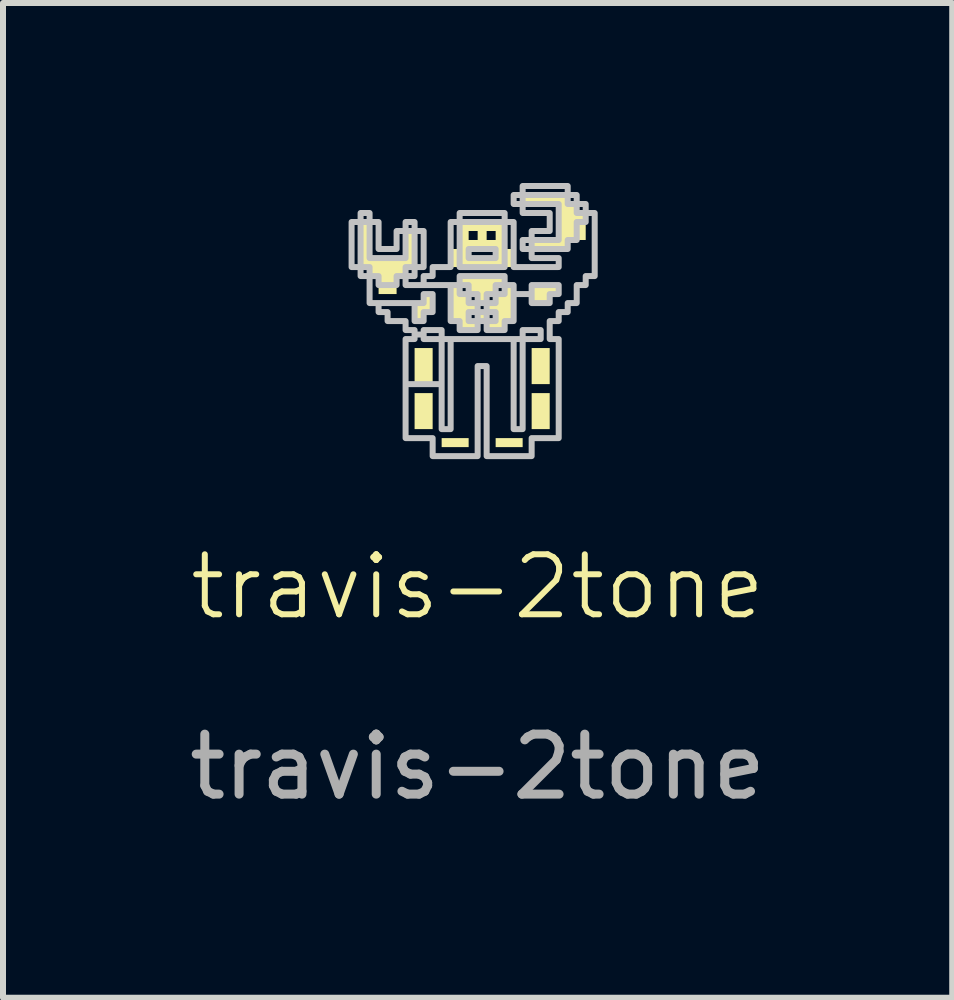
<source format=kicad_pcb>
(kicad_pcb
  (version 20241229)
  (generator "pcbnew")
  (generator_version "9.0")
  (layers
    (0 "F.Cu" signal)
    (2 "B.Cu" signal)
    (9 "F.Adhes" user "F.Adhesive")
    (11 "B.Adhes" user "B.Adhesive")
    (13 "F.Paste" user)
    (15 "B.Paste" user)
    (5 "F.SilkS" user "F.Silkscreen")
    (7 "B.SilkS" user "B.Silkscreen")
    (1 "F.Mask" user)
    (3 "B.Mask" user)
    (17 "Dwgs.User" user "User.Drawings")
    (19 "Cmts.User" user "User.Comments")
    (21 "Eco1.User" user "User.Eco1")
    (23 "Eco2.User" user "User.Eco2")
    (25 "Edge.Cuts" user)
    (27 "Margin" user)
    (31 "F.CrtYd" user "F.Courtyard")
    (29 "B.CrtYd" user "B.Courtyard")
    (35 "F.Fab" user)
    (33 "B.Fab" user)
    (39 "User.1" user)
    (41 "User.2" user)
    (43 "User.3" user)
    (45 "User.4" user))
  (footprint "travis-2tone"
    (layer "F.Cu")
    (at 4.911 7.231)
    (property "Reference" "travis-2tone" (at 0 -0.5 0) (unlocked yes) (layer "F.SilkS") (effects (font (size 1 1) (thickness 0.1))))
    (fp_poly (pts (xy 0 -6.356) (xy 0 -6.281) (xy -0.075 -6.281) (xy -0.15 -6.281) (xy -0.15 -6.356) (xy -0.15 -6.431) (xy -0.075 -6.431) (xy 0 -6.431)) (stroke (width 0) (type solid)) (fill yes) (layer "F.Mask"))
    (fp_poly (pts (xy 0.3 -6.356) (xy 0.3 -6.281) (xy 0.225 -6.281) (xy 0.15 -6.281) (xy 0.15 -6.356) (xy 0.15 -6.431) (xy 0.225 -6.431) (xy 0.3 -6.431)) (stroke (width 0) (type solid)) (fill yes) (layer "F.Mask"))
    (fp_poly (pts (xy -0.75 -4.18) (xy -0.75 -3.879) (xy -0.9 -3.879) (xy -1.051 -3.879) (xy -1.051 -4.18) (xy -1.051 -4.48) (xy -0.9 -4.48) (xy -0.75 -4.48)) (stroke (width 0) (type solid)) (fill yes) (layer "F.SilkS"))
    (fp_poly (pts (xy -0.75 -3.429) (xy -0.75 -3.129) (xy -0.9 -3.129) (xy -1.051 -3.129) (xy -1.051 -3.429) (xy -1.051 -3.729) (xy -0.9 -3.729) (xy -0.75 -3.729)) (stroke (width 0) (type solid)) (fill yes) (layer "F.SilkS"))
    (fp_poly (pts (xy -0.15 -2.904) (xy -0.15 -2.829) (xy -0.375 -2.829) (xy -0.6 -2.829) (xy -0.6 -2.904) (xy -0.6 -2.979) (xy -0.375 -2.979) (xy -0.15 -2.979)) (stroke (width 0) (type solid)) (fill yes) (layer "F.SilkS"))
    (fp_poly (pts (xy 0.75 -2.904) (xy 0.75 -2.829) (xy 0.525 -2.829) (xy 0.3 -2.829) (xy 0.3 -2.904) (xy 0.3 -2.979) (xy 0.525 -2.979) (xy 0.75 -2.979)) (stroke (width 0) (type solid)) (fill yes) (layer "F.SilkS"))
    (fp_poly (pts (xy 1.201 -4.18) (xy 1.201 -3.879) (xy 1.051 -3.879) (xy 0.9 -3.879) (xy 0.9 -4.18) (xy 0.9 -4.48) (xy 1.051 -4.48) (xy 1.201 -4.48)) (stroke (width 0) (type solid)) (fill yes) (layer "F.SilkS"))
    (fp_poly (pts (xy 1.201 -3.429) (xy 1.201 -3.129) (xy 1.051 -3.129) (xy 0.9 -3.129) (xy 0.9 -3.429) (xy 0.9 -3.729) (xy 1.051 -3.729) (xy 1.201 -3.729)) (stroke (width 0) (type solid)) (fill yes) (layer "F.SilkS"))
    (fp_poly (pts (xy 1.351 -5.455) (xy 1.351 -5.38) (xy 1.276 -5.38) (xy 1.201 -5.38) (xy 1.201 -5.305) (xy 1.201 -5.23) (xy 1.051 -5.23) (xy 0.9 -5.23) (xy 0.9 -5.38) (xy 0.9 -5.53) (xy 1.126 -5.53) (xy 1.351 -5.53)) (stroke (width 0) (type solid)) (fill yes) (layer "F.SilkS"))
    (fp_poly (pts (xy -0.75 -5.23) (xy -0.75 -5.08) (xy -0.825 -5.08) (xy -0.9 -5.08) (xy -0.9 -5.005) (xy -0.9 -4.93) (xy -0.975 -4.93) (xy -1.051 -4.93) (xy -1.051 -5.08) (xy -1.051 -5.23) (xy -0.975 -5.23) (xy -0.9 -5.23) (xy -0.9 -5.305) (xy -0.9 -5.38) (xy -0.825 -5.38) (xy -0.75 -5.38)) (stroke (width 0) (type solid)) (fill yes) (layer "F.SilkS"))
    (fp_poly (pts (xy 1.501 -6.956) (xy 1.501 -6.881) (xy 1.576 -6.881) (xy 1.651 -6.881) (xy 1.651 -6.806) (xy 1.651 -6.731) (xy 1.726 -6.731) (xy 1.801 -6.731) (xy 1.801 -6.506) (xy 1.801 -6.281) (xy 1.651 -6.281) (xy 1.501 -6.281) (xy 1.501 -6.206) (xy 1.501 -6.131) (xy 1.201 -6.131) (xy 0.9 -6.131) (xy 0.9 -6.206) (xy 0.9 -6.281) (xy 1.126 -6.281) (xy 1.351 -6.281) (xy 1.351 -6.581) (xy 1.351 -6.881) (xy 1.051 -6.881) (xy 0.75 -6.881) (xy 0.75 -6.956) (xy 0.75 -7.031) (xy 1.126 -7.031) (xy 1.501 -7.031)) (stroke (width 0) (type solid)) (fill yes) (layer "F.SilkS"))
    (fp_poly (pts (xy -1.801 -6.281) (xy -1.801 -5.98) (xy -1.501 -5.98) (xy -1.201 -5.98) (xy -1.201 -6.206) (xy -1.201 -6.431) (xy -1.126 -6.431) (xy -1.051 -6.431) (xy -1.051 -6.131) (xy -1.051 -5.83) (xy -1.126 -5.83) (xy -1.201 -5.83) (xy -1.201 -5.755) (xy -1.201 -5.68) (xy -1.276 -5.68) (xy -1.351 -5.68) (xy -1.351 -5.53) (xy -1.351 -5.38) (xy -1.501 -5.38) (xy -1.651 -5.38) (xy -1.651 -5.53) (xy -1.651 -5.68) (xy -1.726 -5.68) (xy -1.801 -5.68) (xy -1.801 -5.755) (xy -1.801 -5.83) (xy -1.876 -5.83) (xy -1.951 -5.83) (xy -1.951 -6.206) (xy -1.951 -6.581) (xy -1.876 -6.581) (xy -1.801 -6.581)) (stroke (width 0) (type solid)) (fill yes) (layer "F.SilkS"))
    (fp_poly (pts (xy 0.45 -6.356) (xy 0.45 -6.131) (xy 0.525 -6.131) (xy 0.6 -6.131) (xy 0.6 -5.98) (xy 0.6 -5.83) (xy 0.075 -5.83) (xy -0.45 -5.83) (xy -0.45 -5.98) (xy -0.45 -6.131) (xy -0.375 -6.131) (xy -0.3 -6.131) (xy -0.15 -6.131) (xy -0.15 -6.055) (xy -0.15 -5.98) (xy 0.075 -5.98) (xy 0.3 -5.98) (xy 0.3 -6.055) (xy 0.3 -6.131) (xy 0.075 -6.131) (xy -0.15 -6.131) (xy -0.3 -6.131) (xy -0.3 -6.356) (xy -0.3 -6.431) (xy -0.15 -6.431) (xy -0.15 -6.356) (xy -0.15 -6.281) (xy -0.075 -6.281) (xy 0 -6.281) (xy 0 -6.356) (xy 0 -6.431) (xy 0.15 -6.431) (xy 0.15 -6.356) (xy 0.15 -6.281) (xy 0.225 -6.281) (xy 0.3 -6.281) (xy 0.3 -6.356) (xy 0.3 -6.431) (xy 0.225 -6.431) (xy 0.15 -6.431) (xy 0 -6.431) (xy -0.075 -6.431) (xy -0.15 -6.431) (xy -0.3 -6.431) (xy -0.3 -6.581) (xy 0.075 -6.581) (xy 0.45 -6.581)) (stroke (width 0) (type solid)) (fill yes) (layer "F.SilkS"))
    (fp_poly (pts (xy 0.45 -5.605) (xy 0.45 -5.53) (xy 0.375 -5.53) (xy 0.3 -5.53) (xy 0.3 -5.455) (xy 0.3 -5.38) (xy 0.225 -5.38) (xy 0.15 -5.38) (xy 0.15 -5.305) (xy 0.15 -5.23) (xy 0.075 -5.23) (xy 0 -5.23) (xy 0 -5.305) (xy 0 -5.38) (xy -0.075 -5.38) (xy -0.15 -5.38) (xy -0.15 -5.305) (xy -0.15 -5.23) (xy -0.075 -5.23) (xy 0 -5.23) (xy 0 -5.155) (xy 0 -5.08) (xy -0.075 -5.08) (xy -0.15 -5.08) (xy -0.15 -5.005) (xy -0.15 -4.93) (xy -0.075 -4.93) (xy 0 -4.93) (xy 0 -5.005) (xy 0 -5.08) (xy 0.075 -5.08) (xy 0.15 -5.08) (xy 0.15 -5.005) (xy 0.15 -4.93) (xy 0.225 -4.93) (xy 0.3 -4.93) (xy 0.3 -5.005) (xy 0.3 -5.08) (xy 0.225 -5.08) (xy 0.15 -5.08) (xy 0.15 -5.155) (xy 0.15 -5.23) (xy 0.225 -5.23) (xy 0.3 -5.23) (xy 0.3 -5.305) (xy 0.3 -5.38) (xy 0.375 -5.38) (xy 0.45 -5.38) (xy 0.45 -5.455) (xy 0.45 -5.53) (xy 0.525 -5.53) (xy 0.6 -5.53) (xy 0.6 -5.23) (xy 0.6 -4.93) (xy 0.525 -4.93) (xy 0.45 -4.93) (xy 0.45 -4.855) (xy 0.45 -4.78) (xy 0.3 -4.78) (xy 0.15 -4.78) (xy 0.15 -4.855) (xy 0.15 -4.93) (xy 0.075 -4.93) (xy 0 -4.93) (xy 0 -4.855) (xy 0 -4.78) (xy -0.15 -4.78) (xy -0.3 -4.78) (xy -0.3 -4.855) (xy -0.3 -4.93) (xy -0.375 -4.93) (xy -0.45 -4.93) (xy -0.45 -5.23) (xy -0.45 -5.53) (xy -0.375 -5.53) (xy -0.3 -5.53) (xy -0.3 -5.455) (xy -0.3 -5.38) (xy -0.225 -5.38) (xy -0.15 -5.38) (xy -0.15 -5.455) (xy -0.15 -5.53) (xy -0.225 -5.53) (xy -0.3 -5.53) (xy -0.3 -5.605) (xy -0.3 -5.68) (xy 0.075 -5.68) (xy 0.45 -5.68)) (stroke (width 0) (type solid)) (fill yes) (layer "F.SilkS"))
    (fp_poly (pts (xy -1.801 -5.755) (xy -1.801 -5.68) (xy -1.876 -5.68) (xy -1.951 -5.68) (xy -1.951 -5.755) (xy -1.951 -5.83) (xy -1.876 -5.83) (xy -1.801 -5.83)) (stroke (width 0.1) (type solid)) (fill no) (layer "Dwgs.User"))
    (fp_poly (pts (xy -0.15 -5.455) (xy -0.15 -5.38) (xy -0.225 -5.38) (xy -0.3 -5.38) (xy -0.3 -5.455) (xy -0.3 -5.53) (xy -0.225 -5.53) (xy -0.15 -5.53)) (stroke (width 0.1) (type solid)) (fill no) (layer "Dwgs.User"))
    (fp_poly (pts (xy 0.3 -6.055) (xy 0.3 -5.98) (xy 0.075 -5.98) (xy -0.15 -5.98) (xy -0.15 -6.055) (xy -0.15 -6.131) (xy 0.075 -6.131) (xy 0.3 -6.131)) (stroke (width 0.1) (type solid)) (fill no) (layer "Dwgs.User"))
    (fp_poly (pts (xy 0.3 -5.005) (xy 0.3 -4.93) (xy 0.225 -4.93) (xy 0.15 -4.93) (xy 0.15 -5.005) (xy 0.15 -5.08) (xy 0.225 -5.08) (xy 0.3 -5.08)) (stroke (width 0.1) (type solid)) (fill no) (layer "Dwgs.User"))
    (fp_poly (pts (xy 1.651 -6.956) (xy 1.651 -6.881) (xy 1.576 -6.881) (xy 1.501 -6.881) (xy 1.501 -6.956) (xy 1.501 -7.031) (xy 1.576 -7.031) (xy 1.651 -7.031)) (stroke (width 0.1) (type solid)) (fill no) (layer "Dwgs.User"))
    (fp_poly (pts (xy 1.801 -6.806) (xy 1.801 -6.731) (xy 1.726 -6.731) (xy 1.651 -6.731) (xy 1.651 -6.806) (xy 1.651 -6.881) (xy 1.726 -6.881) (xy 1.801 -6.881)) (stroke (width 0.1) (type solid)) (fill no) (layer "Dwgs.User"))
    (fp_poly (pts (xy -1.801 -6.656) (xy -1.801 -6.581) (xy -1.876 -6.581) (xy -1.951 -6.581) (xy -1.951 -6.206) (xy -1.951 -5.83) (xy -2.026 -5.83) (xy -2.101 -5.83) (xy -2.101 -6.206) (xy -2.101 -6.581) (xy -2.026 -6.581) (xy -1.951 -6.581) (xy -1.951 -6.656) (xy -1.951 -6.731) (xy -1.876 -6.731) (xy -1.801 -6.731)) (stroke (width 0.1) (type solid)) (fill no) (layer "Dwgs.User"))
    (fp_poly (pts (xy 1.501 -7.106) (xy 1.501 -7.031) (xy 1.126 -7.031) (xy 0.75 -7.031) (xy 0.75 -6.956) (xy 0.75 -6.881) (xy 0.675 -6.881) (xy 0.6 -6.881) (xy 0.6 -6.956) (xy 0.6 -7.031) (xy 0.675 -7.031) (xy 0.75 -7.031) (xy 0.75 -7.106) (xy 0.75 -7.181) (xy 1.126 -7.181) (xy 1.501 -7.181)) (stroke (width 0.1) (type solid)) (fill no) (layer "Dwgs.User"))
    (fp_poly (pts (xy -1.651 -6.356) (xy -1.651 -6.131) (xy -1.501 -6.131) (xy -1.351 -6.131) (xy -1.351 -6.281) (xy -1.351 -6.431) (xy -1.276 -6.431) (xy -1.201 -6.431) (xy -1.201 -6.506) (xy -1.201 -6.581) (xy -1.126 -6.581) (xy -1.051 -6.581) (xy -1.051 -6.506) (xy -1.051 -6.431) (xy -1.126 -6.431) (xy -1.201 -6.431) (xy -1.201 -6.206) (xy -1.201 -5.98) (xy -1.501 -5.98) (xy -1.801 -5.98) (xy -1.801 -6.281) (xy -1.801 -6.581) (xy -1.726 -6.581) (xy -1.651 -6.581)) (stroke (width 0.1) (type solid)) (fill no) (layer "Dwgs.User"))
    (fp_poly (pts (xy 0.45 -5.455) (xy 0.45 -5.38) (xy 0.375 -5.38) (xy 0.3 -5.38) (xy 0.3 -5.305) (xy 0.3 -5.23) (xy 0.225 -5.23) (xy 0.15 -5.23) (xy 0.15 -5.155) (xy 0.15 -5.08) (xy 0.075 -5.08) (xy 0 -5.08) (xy 0 -5.005) (xy 0 -4.93) (xy -0.075 -4.93) (xy -0.15 -4.93) (xy -0.15 -5.005) (xy -0.15 -5.08) (xy -0.075 -5.08) (xy 0 -5.08) (xy 0 -5.155) (xy 0 -5.23) (xy -0.075 -5.23) (xy -0.15 -5.23) (xy -0.15 -5.305) (xy -0.15 -5.38) (xy -0.075 -5.38) (xy 0 -5.38) (xy 0 -5.305) (xy 0 -5.23) (xy 0.075 -5.23) (xy 0.15 -5.23) (xy 0.15 -5.305) (xy 0.15 -5.38) (xy 0.225 -5.38) (xy 0.3 -5.38) (xy 0.3 -5.455) (xy 0.3 -5.53) (xy 0.375 -5.53) (xy 0.45 -5.53)) (stroke (width 0.1) (type solid)) (fill no) (layer "Dwgs.User"))
    (fp_poly (pts (xy 1.351 -6.581) (xy 1.351 -6.281) (xy 1.126 -6.281) (xy 0.9 -6.281) (xy 0.9 -6.206) (xy 0.9 -6.131) (xy 1.201 -6.131) (xy 1.501 -6.131) (xy 1.501 -6.206) (xy 1.501 -6.281) (xy 1.576 -6.281) (xy 1.651 -6.281) (xy 1.651 -6.431) (xy 1.651 -6.581) (xy 1.726 -6.581) (xy 1.801 -6.581) (xy 1.801 -6.656) (xy 1.801 -6.731) (xy 1.876 -6.731) (xy 1.951 -6.731) (xy 1.951 -6.206) (xy 1.951 -5.68) (xy 1.876 -5.68) (xy 1.801 -5.68) (xy 1.801 -5.605) (xy 1.801 -5.53) (xy 1.726 -5.53) (xy 1.651 -5.53) (xy 1.651 -5.38) (xy 1.651 -5.23) (xy 1.576 -5.23) (xy 1.501 -5.23) (xy 1.501 -5.155) (xy 1.501 -5.08) (xy 1.426 -5.08) (xy 1.351 -5.08) (xy 1.351 -5.005) (xy 1.351 -4.93) (xy 1.276 -4.93) (xy 1.201 -4.93) (xy 1.201 -4.78) (xy 1.201 -4.63) (xy 1.276 -4.63) (xy 1.351 -4.63) (xy 1.351 -3.804) (xy 1.351 -2.979) (xy 1.126 -2.979) (xy 0.9 -2.979) (xy 0.9 -2.829) (xy 0.9 -2.679) (xy 0.525 -2.679) (xy 0.15 -2.679) (xy 0.15 -3.129) (xy 0.6 -3.129) (xy 0.675 -3.129) (xy 0.75 -3.129) (xy 0.75 -3.879) (xy 0.75 -4.63) (xy 0.9 -4.63) (xy 1.051 -4.63) (xy 1.051 -4.705) (xy 1.051 -4.78) (xy 0.9 -4.78) (xy 0.75 -4.78) (xy 0.75 -4.705) (xy 0.75 -4.63) (xy 0.675 -4.63) (xy 0.6 -4.63) (xy 0.6 -3.879) (xy 0.6 -3.129) (xy 0.15 -3.129) (xy 0.15 -3.429) (xy 0.15 -4.18) (xy 0.075 -4.18) (xy 0 -4.18) (xy 0 -3.429) (xy 0 -2.679) (xy -0.375 -2.679) (xy -0.75 -2.679) (xy -0.75 -2.829) (xy -0.75 -2.979) (xy -0.975 -2.979) (xy -1.201 -2.979) (xy -1.201 -3.804) (xy -1.201 -4.63) (xy -1.126 -4.63) (xy -1.051 -4.63) (xy -1.051 -4.705) (xy -1.051 -4.78) (xy -0.9 -4.78) (xy -0.9 -4.705) (xy -0.9 -4.63) (xy -0.75 -4.63) (xy -0.6 -4.63) (xy -0.6 -3.879) (xy -0.6 -3.129) (xy -0.525 -3.129) (xy -0.45 -3.129) (xy -0.45 -3.879) (xy -0.45 -4.63) (xy -0.525 -4.63) (xy -0.6 -4.63) (xy -0.6 -4.705) (xy -0.6 -4.78) (xy -0.75 -4.78) (xy -0.9 -4.78) (xy -1.051 -4.78) (xy -1.126 -4.78) (xy -1.201 -4.78) (xy -1.201 -4.855) (xy -1.201 -4.93) (xy -1.051 -4.93) (xy -0.975 -4.93) (xy -0.9 -4.93) (xy -0.45 -4.93) (xy -0.375 -4.93) (xy -0.3 -4.93) (xy -0.3 -4.855) (xy -0.3 -4.78) (xy -0.15 -4.78) (xy 0 -4.78) (xy 0 -4.855) (xy 0 -4.93) (xy 0.075 -4.93) (xy 0.15 -4.93) (xy 0.15 -4.855) (xy 0.15 -4.78) (xy 0.3 -4.78) (xy 0.45 -4.78) (xy 0.45 -4.855) (xy 0.45 -4.93) (xy 0.525 -4.93) (xy 0.6 -4.93) (xy 0.6 -5.23) (xy 0.6 -5.53) (xy 0.9 -5.53) (xy 0.9 -5.38) (xy 0.9 -5.23) (xy 1.051 -5.23) (xy 1.201 -5.23) (xy 1.201 -5.305) (xy 1.201 -5.38) (xy 1.276 -5.38) (xy 1.351 -5.38) (xy 1.351 -5.455) (xy 1.351 -5.53) (xy 1.126 -5.53) (xy 0.9 -5.53) (xy 0.6 -5.53) (xy 0.525 -5.53) (xy 0.45 -5.53) (xy 0.45 -5.605) (xy 0.45 -5.68) (xy 0.075 -5.68) (xy -0.3 -5.68) (xy -0.3 -5.605) (xy -0.3 -5.53) (xy -0.375 -5.53) (xy -0.45 -5.53) (xy -0.45 -5.23) (xy -0.45 -4.93) (xy -0.9 -4.93) (xy -0.9 -5.005) (xy -0.9 -5.08) (xy -0.825 -5.08) (xy -0.75 -5.08) (xy -0.75 -5.23) (xy -0.75 -5.38) (xy -0.825 -5.38) (xy -0.9 -5.38) (xy -0.9 -5.305) (xy -0.9 -5.23) (xy -0.975 -5.23) (xy -1.051 -5.23) (xy -1.051 -5.08) (xy -1.051 -4.93) (xy -1.201 -4.93) (xy -1.351 -4.93) (xy -1.501 -4.93) (xy -1.501 -5.005) (xy -1.501 -5.08) (xy -1.576 -5.08) (xy -1.651 -5.08) (xy -1.651 -5.155) (xy -1.651 -5.23) (xy -1.726 -5.23) (xy -1.801 -5.23) (xy -1.801 -5.455) (xy -1.801 -5.68) (xy -1.726 -5.68) (xy -1.651 -5.68) (xy -1.651 -5.605) (xy -1.651 -5.53) (xy -1.501 -5.53) (xy -1.351 -5.53) (xy -1.351 -5.605) (xy -1.351 -5.68) (xy -1.276 -5.68) (xy -1.201 -5.68) (xy -1.201 -5.755) (xy -1.201 -5.83) (xy -1.126 -5.83) (xy -1.051 -5.83) (xy -1.051 -6.131) (xy -1.051 -6.431) (xy -0.975 -6.431) (xy -0.9 -6.431) (xy -0.9 -6.131) (xy -0.9 -5.83) (xy -0.975 -5.83) (xy -1.051 -5.83) (xy -1.051 -5.755) (xy -1.051 -5.68) (xy -1.126 -5.68) (xy -1.201 -5.68) (xy -1.201 -5.605) (xy -1.201 -5.53) (xy -1.051 -5.53) (xy -0.9 -5.53) (xy -0.9 -5.605) (xy -0.9 -5.68) (xy -0.825 -5.68) (xy -0.75 -5.68) (xy -0.75 -5.755) (xy -0.75 -5.83) (xy -0.6 -5.83) (xy -0.45 -5.83) (xy -0.45 -6.206) (xy -0.45 -6.581) (xy -0.375 -6.581) (xy -0.3 -6.581) (xy -0.3 -6.656) (xy -0.3 -6.731) (xy 0.075 -6.731) (xy 0.45 -6.731) (xy 0.45 -6.656) (xy 0.45 -6.581) (xy 0.075 -6.581) (xy -0.3 -6.581) (xy -0.3 -6.206) (xy -0.3 -5.83) (xy 0.075 -5.83) (xy 0.45 -5.83) (xy 0.45 -6.206) (xy 0.45 -6.581) (xy 0.525 -6.581) (xy 0.6 -6.581) (xy 0.6 -6.206) (xy 0.6 -5.83) (xy 0.975 -5.83) (xy 1.351 -5.83) (xy 1.351 -5.905) (xy 1.351 -5.98) (xy 1.126 -5.98) (xy 0.9 -5.98) (xy 0.9 -6.055) (xy 0.9 -6.131) (xy 0.825 -6.131) (xy 0.75 -6.131) (xy 0.75 -6.206) (xy 0.75 -6.281) (xy 0.825 -6.281) (xy 0.9 -6.281) (xy 0.9 -6.356) (xy 0.9 -6.431) (xy 1.051 -6.431) (xy 1.201 -6.431) (xy 1.201 -6.581) (xy 1.201 -6.731) (xy 0.975 -6.731) (xy 0.75 -6.731) (xy 0.75 -6.806) (xy 0.75 -6.881) (xy 1.051 -6.881) (xy 1.351 -6.881)) (stroke (width 0.1) (type solid)) (fill no) (layer "Dwgs.User"))
    (fp_text user "${REFERENCE}" (at 0 2.5 0) (unlocked yes) (layer "F.Fab") (effects (font (size 1 1) (thickness 0.15)))))
  (gr_rect
    (start -3 -3)
    (end 12.821 13.579)
    (stroke (width 0.1) (type default))
    (fill no)
    (layer "Edge.Cuts")))
</source>
